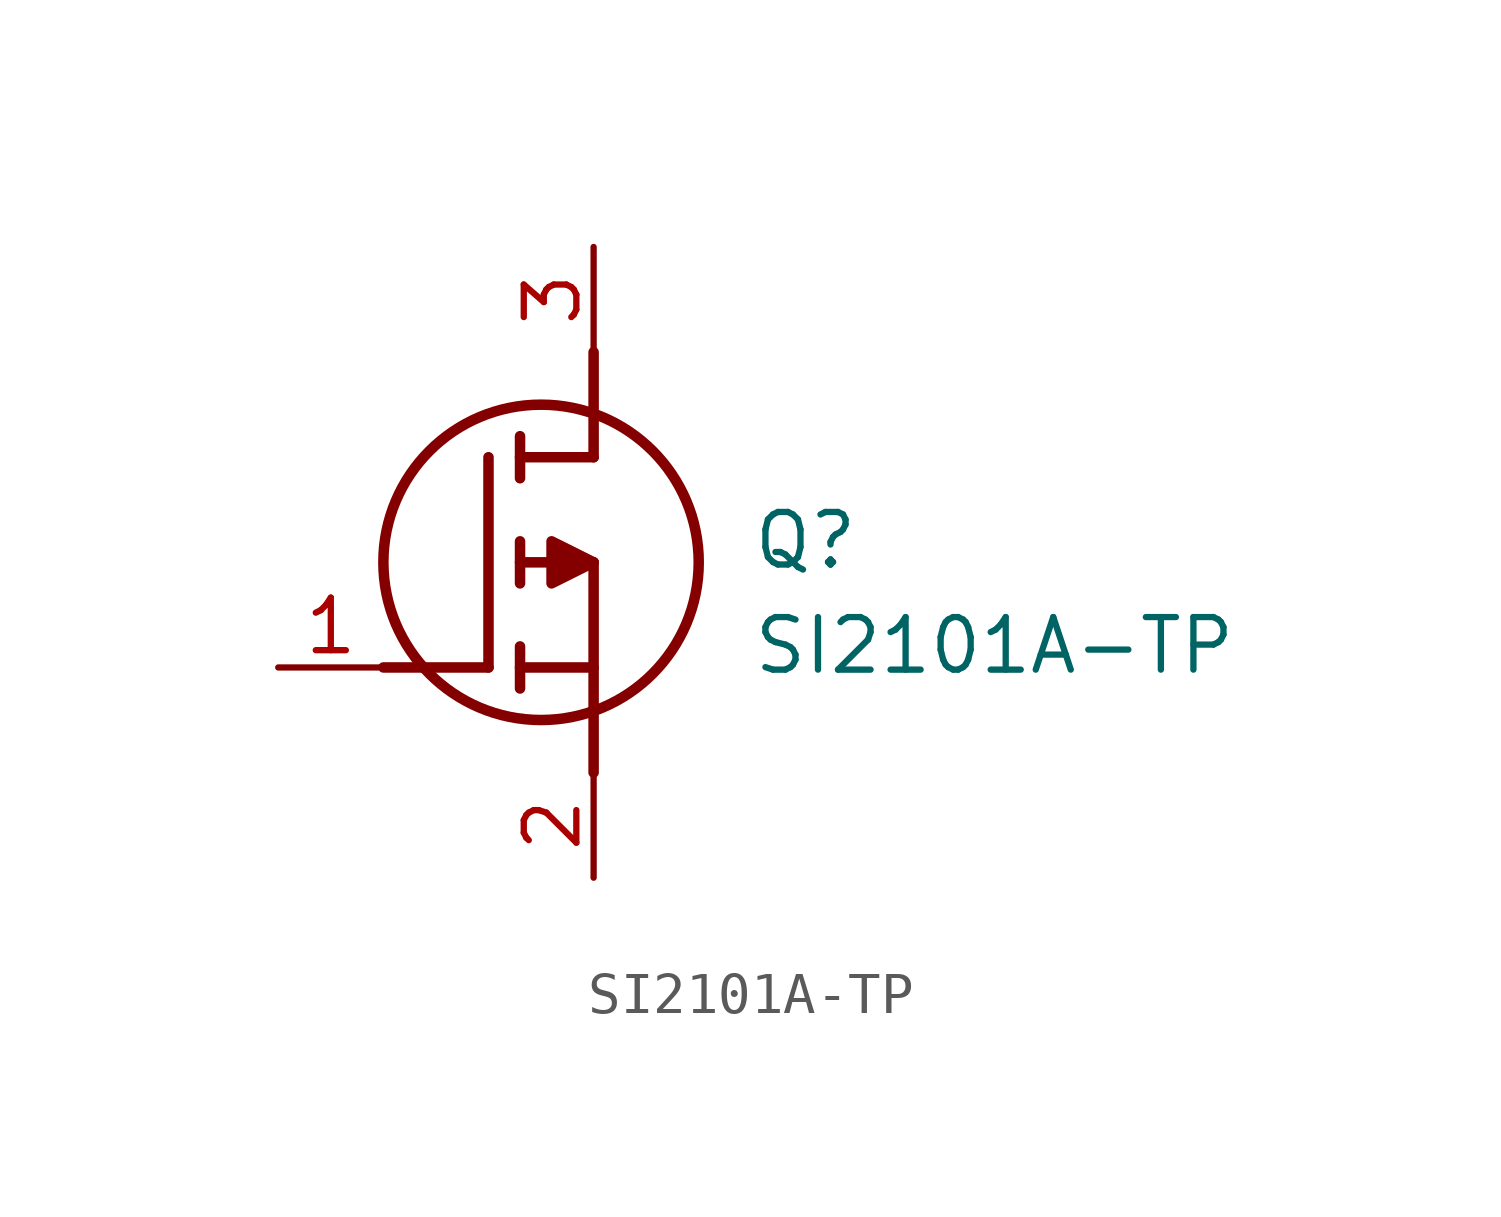
<source format=kicad_sym>
(kicad_symbol_lib
  (version 20211014)
  (generator SamacSys_ECAD_Model)
  (symbol "SI2101A-TP"
    (pin_names hide)
    (property "Reference" "Q"
      (at 11.43 3.81 0)
      (effects (font (size 1.27 1.27)) (justify left top)))
    (property "Value" "SI2101A-TP"
      (at 11.43 1.27 0)
      (effects (font (size 1.27 1.27)) (justify left top)))
    (polyline
      (pts (xy 7.62 2.54) (xy 7.62 -2.54))
      (stroke (width 0.254) (type default))
      (fill (type none)))
    (polyline
      (pts (xy 7.62 5.08) (xy 7.62 7.62))
      (stroke (width 0.254) (type default))
      (fill (type none)))
    (polyline
      (pts (xy 2.54 0) (xy 5.08 0))
      (stroke (width 0.254) (type default))
      (fill (type none)))
    (polyline
      (pts (xy 5.08 5.08) (xy 5.08 0))
      (stroke (width 0.254) (type default))
      (fill (type none)))
    (polyline
      (pts (xy 7.62 2.54) (xy 5.842 2.54))
      (stroke (width 0.254) (type default))
      (fill (type none)))
    (polyline
      (pts (xy 7.62 5.08) (xy 5.842 5.08))
      (stroke (width 0.254) (type default))
      (fill (type none)))
    (polyline
      (pts (xy 5.842 0) (xy 7.62 0))
      (stroke (width 0.254) (type default))
      (fill (type none)))
    (polyline
      (pts (xy 5.842 5.588) (xy 5.842 4.572))
      (stroke (width 0.254) (type default))
      (fill (type none)))
    (polyline
      (pts (xy 5.842 -0.508) (xy 5.842 0.508))
      (stroke (width 0.254) (type default))
      (fill (type none)))
    (polyline
      (pts (xy 5.842 2.032) (xy 5.842 3.048))
      (stroke (width 0.254) (type default))
      (fill (type none)))
    (circle
      (center 6.35 2.54)
      (radius 3.81)
      (stroke (width 0.254) (type default))
      (fill (type none)))
    (polyline
      (pts (xy 7.62 2.54) (xy 6.604 3.048) (xy 6.604 2.032) (xy 7.62 2.54))
      (stroke (width 0.254) (type default))
      (fill (type outline)))
    (pin passive line
      (at 0 0 0)
      (length 2.54)
      (name "G" (effects (font (size 1.27 1.27))))
      (number "1" (effects (font (size 1.27 1.27)))))
    (pin passive line
      (at 7.62 10.16 270)
      (length 2.54)
      (name "D" (effects (font (size 1.27 1.27))))
      (number "3" (effects (font (size 1.27 1.27)))))
    (pin passive line
      (at 7.62 -5.08 90)
      (length 2.54)
      (name "S" (effects (font (size 1.27 1.27))))
      (number "2" (effects (font (size 1.27 1.27)))))))
</source>
